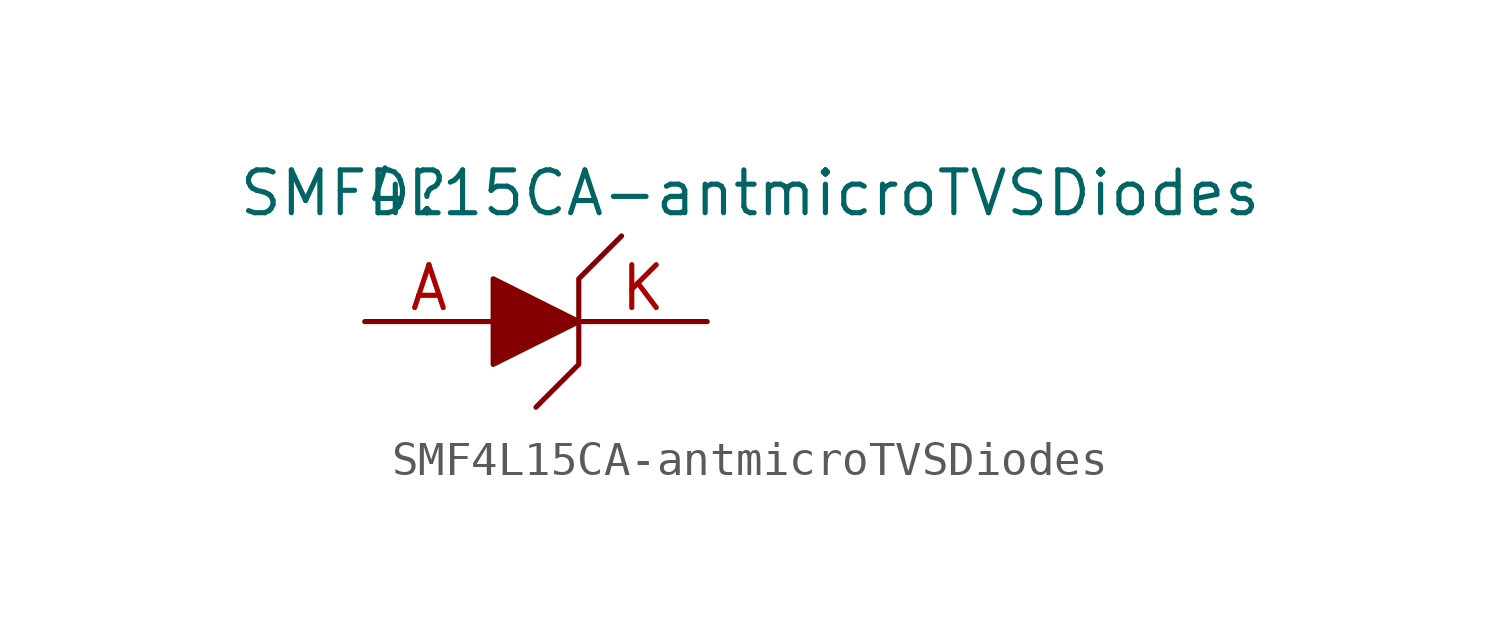
<source format=kicad_sym>
(kicad_symbol_lib
  (version 20211014)
  (generator kicad_symbol_editor)
  (symbol "SMF4L15CA-antmicroTVSDiodes"
    (pin_names
      (offset 1.016))
    (property "Reference" "D"
      (at -3.81 3.81 0)
      (effects (font (size 1.27 1.27))))
    (property "Value" "SMF4L15CA-antmicroTVSDiodes"
      (at 6.35 3.81 0)
      (effects (font (size 1.27 1.27))))
    (symbol "SMF4L15CA-antmicroTVSDiodes_1_1"
      (polyline (pts (xy -1.27 1.27) (xy -1.27 -1.27) (xy 1.27 0) (xy -1.27 1.27)) (stroke (width 0) (type default) (color 0 0 0 0)) (fill (type outline)))
      (polyline (pts (xy 2.54 2.54) (xy 1.27 1.27) (xy 1.27 -1.27) (xy 0 -2.54)) (stroke (width 0) (type default) (color 0 0 0 0)) (fill (type none)))
      (pin bidirectional line (at -5.08 0 0) (length 3.81) (name "~" (effects (font (size 1.27 1.27)))) (number "A" (effects (font (size 1.27 1.27)))))
      (pin bidirectional line (at 5.08 0 180) (length 3.81) (name "~" (effects (font (size 1.27 1.27)))) (number "K" (effects (font (size 1.27 1.27))))))))
</source>
